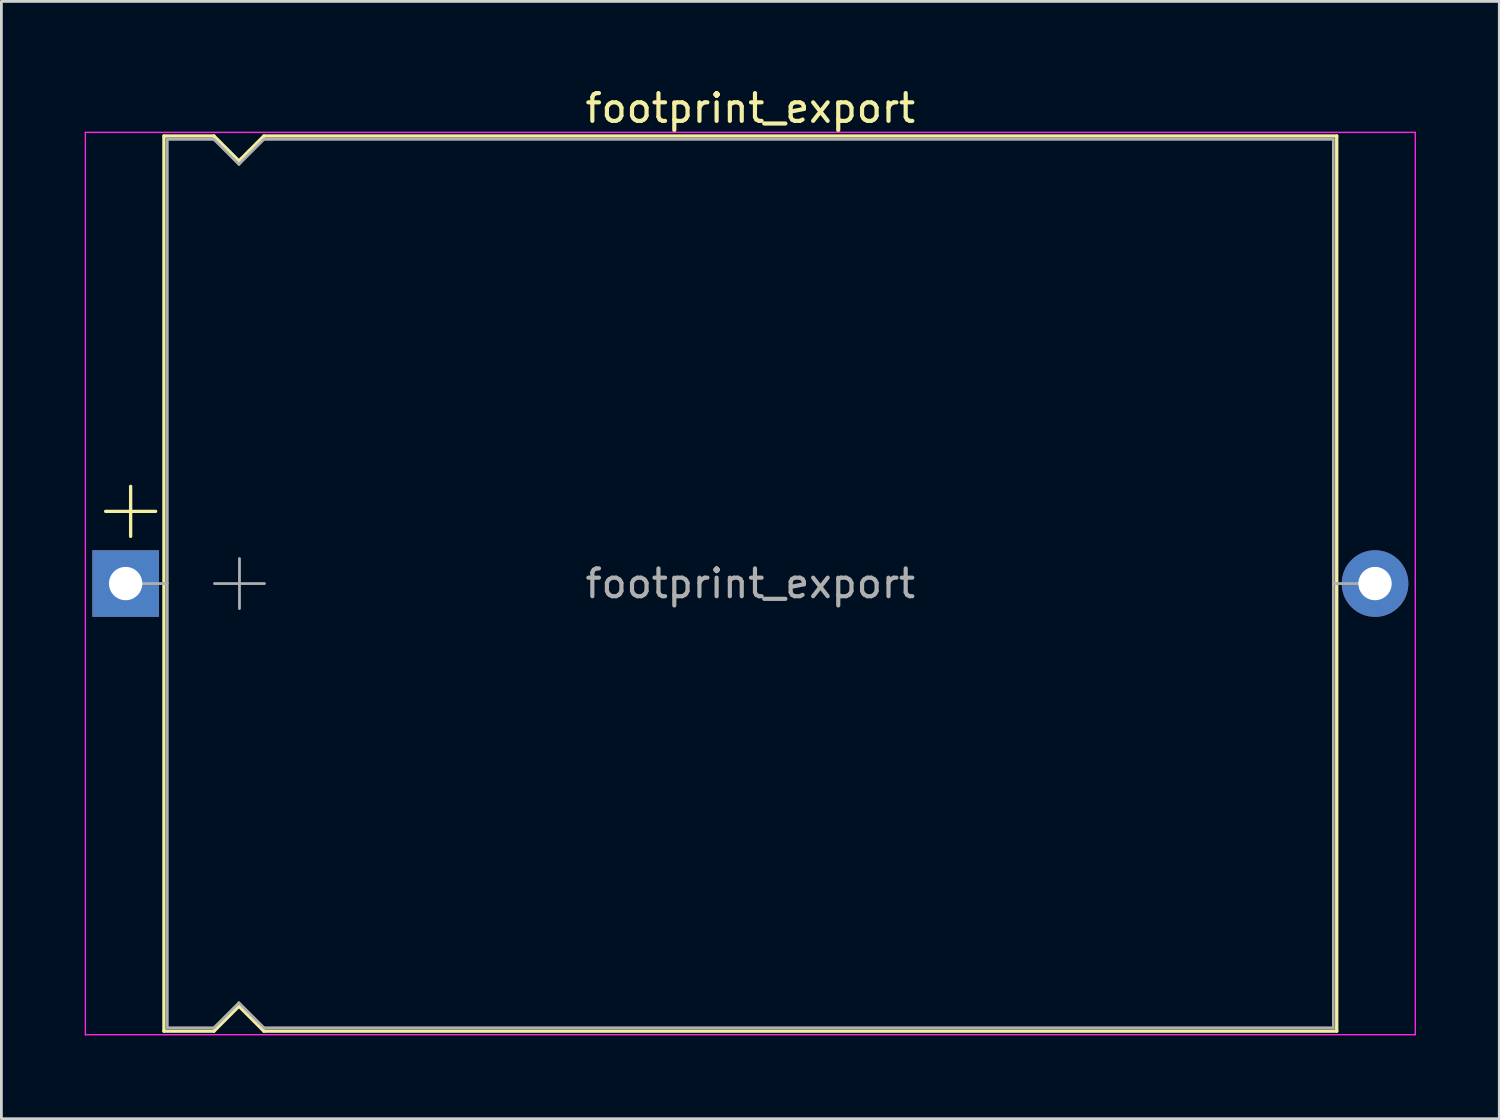
<source format=kicad_pcb>
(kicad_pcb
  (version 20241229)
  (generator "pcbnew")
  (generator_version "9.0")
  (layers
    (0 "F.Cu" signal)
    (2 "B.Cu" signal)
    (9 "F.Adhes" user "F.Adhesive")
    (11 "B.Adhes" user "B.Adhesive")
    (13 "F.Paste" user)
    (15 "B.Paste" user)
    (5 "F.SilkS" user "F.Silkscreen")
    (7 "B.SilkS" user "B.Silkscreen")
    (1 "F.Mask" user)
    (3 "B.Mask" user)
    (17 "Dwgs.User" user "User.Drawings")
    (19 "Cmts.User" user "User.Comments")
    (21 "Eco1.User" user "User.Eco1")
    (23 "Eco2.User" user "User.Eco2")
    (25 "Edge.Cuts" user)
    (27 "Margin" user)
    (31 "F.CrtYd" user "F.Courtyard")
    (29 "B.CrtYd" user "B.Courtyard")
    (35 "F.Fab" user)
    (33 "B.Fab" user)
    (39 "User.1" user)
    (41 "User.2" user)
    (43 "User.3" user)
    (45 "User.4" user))
  (footprint "footprint_export"
    (layer "F.Cu")
    (at 1.475 17.968)
    (property "Reference" "footprint_export" (at 22.5 -17.12 0) (layer "F.SilkS") (effects (font (size 1 1) (thickness 0.15))))
    (attr through_hole)
    (fp_line (start -0.72 -2.6) (end 1.08 -2.6) (stroke (width 0.12) (type solid)) (layer "F.SilkS"))
    (fp_line (start 0.18 -3.5) (end 0.18 -1.7) (stroke (width 0.12) (type solid)) (layer "F.SilkS"))
    (fp_line (start 1.38 -16.12) (end 1.38 16.12) (stroke (width 0.12) (type solid)) (layer "F.SilkS"))
    (fp_line (start 1.38 -16.12) (end 3.18 -16.12) (stroke (width 0.12) (type solid)) (layer "F.SilkS"))
    (fp_line (start 1.38 16.12) (end 3.18 16.12) (stroke (width 0.12) (type solid)) (layer "F.SilkS"))
    (fp_line (start 3.18 -16.12) (end 4.08 -15.22) (stroke (width 0.12) (type solid)) (layer "F.SilkS"))
    (fp_line (start 3.18 16.12) (end 4.08 15.22) (stroke (width 0.12) (type solid)) (layer "F.SilkS"))
    (fp_line (start 4.08 -15.22) (end 4.98 -16.12) (stroke (width 0.12) (type solid)) (layer "F.SilkS"))
    (fp_line (start 4.08 15.22) (end 4.98 16.12) (stroke (width 0.12) (type solid)) (layer "F.SilkS"))
    (fp_line (start 4.98 -16.12) (end 43.62 -16.12) (stroke (width 0.12) (type solid)) (layer "F.SilkS"))
    (fp_line (start 4.98 16.12) (end 43.62 16.12) (stroke (width 0.12) (type solid)) (layer "F.SilkS"))
    (fp_line (start 43.62 -16.12) (end 43.62 16.12) (stroke (width 0.12) (type solid)) (layer "F.SilkS"))
    (fp_line (start -1.45 -16.25) (end -1.45 16.25) (stroke (width 0.05) (type solid)) (layer "F.CrtYd"))
    (fp_line (start -1.45 16.25) (end 46.45 16.25) (stroke (width 0.05) (type solid)) (layer "F.CrtYd"))
    (fp_line (start 46.45 -16.25) (end -1.45 -16.25) (stroke (width 0.05) (type solid)) (layer "F.CrtYd"))
    (fp_line (start 46.45 16.25) (end 46.45 -16.25) (stroke (width 0.05) (type solid)) (layer "F.CrtYd"))
    (fp_line (start 0 0) (end 1.5 0) (stroke (width 0.1) (type solid)) (layer "F.Fab"))
    (fp_line (start 1.5 -16) (end 1.5 16) (stroke (width 0.1) (type solid)) (layer "F.Fab"))
    (fp_line (start 1.5 -16) (end 3.18 -16) (stroke (width 0.1) (type solid)) (layer "F.Fab"))
    (fp_line (start 1.5 16) (end 3.18 16) (stroke (width 0.1) (type solid)) (layer "F.Fab"))
    (fp_line (start 3.18 -16) (end 4.08 -15.1) (stroke (width 0.1) (type solid)) (layer "F.Fab"))
    (fp_line (start 3.18 16) (end 4.08 15.1) (stroke (width 0.1) (type solid)) (layer "F.Fab"))
    (fp_line (start 3.2 0) (end 5 0) (stroke (width 0.1) (type solid)) (layer "F.Fab"))
    (fp_line (start 4.08 -15.1) (end 4.98 -16) (stroke (width 0.1) (type solid)) (layer "F.Fab"))
    (fp_line (start 4.08 15.1) (end 4.98 16) (stroke (width 0.1) (type solid)) (layer "F.Fab"))
    (fp_line (start 4.1 -0.9) (end 4.1 0.9) (stroke (width 0.1) (type solid)) (layer "F.Fab"))
    (fp_line (start 4.98 -16) (end 43.5 -16) (stroke (width 0.1) (type solid)) (layer "F.Fab"))
    (fp_line (start 4.98 16) (end 43.5 16) (stroke (width 0.1) (type solid)) (layer "F.Fab"))
    (fp_line (start 43.5 -16) (end 43.5 16) (stroke (width 0.1) (type solid)) (layer "F.Fab"))
    (fp_line (start 45 0) (end 43.5 0) (stroke (width 0.1) (type solid)) (layer "F.Fab"))
    (fp_text user "${REFERENCE}" (at 22.5 0 0) (layer "F.Fab") (effects (font (size 1 1) (thickness 0.15))))
    (pad "1" thru_hole rect (at 0 0) (size 2.4 2.4) (drill 1.2) (layers "*.Cu" "*.Mask"))
    (pad "2" thru_hole oval (at 45 0) (size 2.4 2.4) (drill 1.2) (layers "*.Cu" "*.Mask")))
  (gr_rect
    (start -3 -3)
    (end 50.95 37.243)
    (stroke (width 0.1) (type default))
    (fill no)
    (layer "Edge.Cuts")))
</source>
